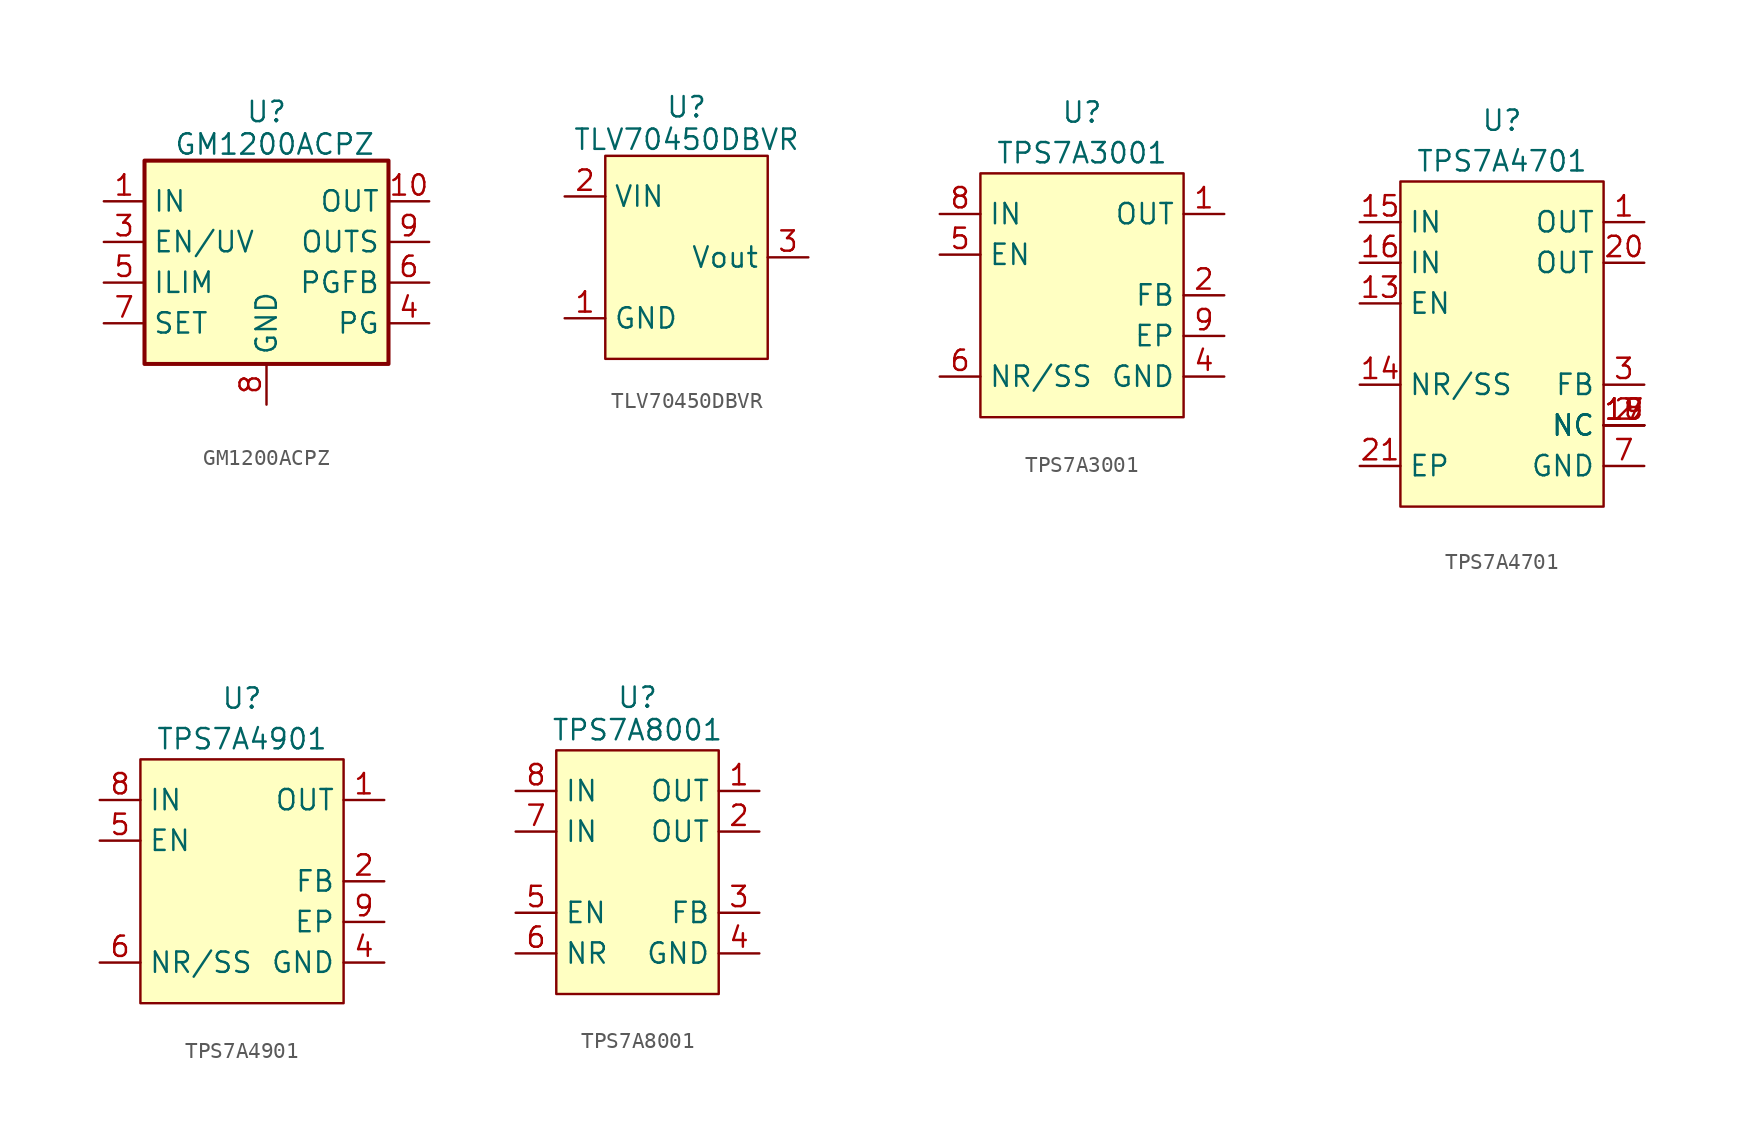
<source format=kicad_sym>
(kicad_symbol_lib
  (version 20241209)
  (generator "kicad_symbol_editor")
  (generator_version "9.0")
  (symbol "GM1200ACPZ"
    (property "Reference" "U"
      (at 0 9.398 0)
      (effects (font (size 1.27 1.27))))
    (property "Value" "GM1200ACPZ"
      (at 0.508 7.366 0)
      (effects (font (size 1.27 1.27))))
    (symbol "GM1200ACPZ_0_1"
      (rectangle (start -7.62 6.35) (end 7.62 -6.35) (stroke (width 0.254) (type default)) (fill (type background))))
    (symbol "GM1200ACPZ_1_1"
      (pin power_in line (at -10.16 3.81 0) (length 2.54) (name "IN" (effects (font (size 1.27 1.27)))) (number "1" (effects (font (size 1.27 1.27)))))
      (pin passive line (at -10.16 3.81 0) (length 2.54) (hide yes) (name "IN" (effects (font (size 1.27 1.27)))) (number "2" (effects (font (size 1.27 1.27)))))
      (pin input line (at -10.16 1.27 0) (length 2.54) (name "EN/UV" (effects (font (size 1.27 1.27)))) (number "3" (effects (font (size 1.27 1.27)))))
      (pin passive line (at -10.16 -1.27 0) (length 2.54) (name "ILIM" (effects (font (size 1.27 1.27)))) (number "5" (effects (font (size 1.27 1.27)))))
      (pin passive line (at -10.16 -3.81 0) (length 2.54) (name "SET" (effects (font (size 1.27 1.27)))) (number "7" (effects (font (size 1.27 1.27)))))
      (pin passive line (at 0 -8.89 90) (length 2.54) (hide yes) (name "GND" (effects (font (size 1.27 1.27)))) (number "11" (effects (font (size 1.27 1.27)))))
      (pin power_in line (at 0 -8.89 90) (length 2.54) (name "GND" (effects (font (size 1.27 1.27)))) (number "8" (effects (font (size 1.27 1.27)))))
      (pin power_out line (at 10.16 3.81 180) (length 2.54) (name "OUT" (effects (font (size 1.27 1.27)))) (number "10" (effects (font (size 1.27 1.27)))))
      (pin input line (at 10.16 1.27 180) (length 2.54) (name "OUTS" (effects (font (size 1.27 1.27)))) (number "9" (effects (font (size 1.27 1.27)))))
      (pin input line (at 10.16 -1.27 180) (length 2.54) (name "PGFB" (effects (font (size 1.27 1.27)))) (number "6" (effects (font (size 1.27 1.27)))))
      (pin open_collector line (at 10.16 -3.81 180) (length 2.54) (name "PG" (effects (font (size 1.27 1.27)))) (number "4" (effects (font (size 1.27 1.27)))))))
  (symbol "TLV70450DBVR"
    (property "Reference" "U"
      (at 0 9.398 0)
      (effects (font (size 1.27 1.27))))
    (property "Value" "TLV70450DBVR"
      (at 0 7.366 0)
      (effects (font (size 1.27 1.27))))
    (symbol "TLV70450DBVR_0_1"
      (rectangle (start -5.08 6.35) (end 5.08 -6.35) (stroke (width 0) (type default)) (fill (type background))))
    (symbol "TLV70450DBVR_1_1"
      (pin bidirectional line (at -7.62 3.81 0) (length 2.54) (name "VIN" (effects (font (size 1.27 1.27)))) (number "2" (effects (font (size 1.27 1.27)))))
      (pin no_connect line (at -7.62 0 0) (length 2.54) (hide yes) (name "NC" (effects (font (size 1.27 1.27)))) (number "4" (effects (font (size 1.27 1.27)))))
      (pin bidirectional line (at -7.62 -3.81 0) (length 2.54) (name "GND" (effects (font (size 1.27 1.27)))) (number "1" (effects (font (size 1.27 1.27)))))
      (pin bidirectional line (at 7.62 0 180) (length 2.54) (name "Vout" (effects (font (size 1.27 1.27)))) (number "3" (effects (font (size 1.27 1.27)))))
      (pin no_connect line (at 7.62 -3.81 180) (length 2.54) (hide yes) (name "NC" (effects (font (size 1.27 1.27)))) (number "5" (effects (font (size 1.27 1.27)))))))
  (symbol "TPS7A3001"
    (property "Reference" "U"
      (at 0 6.35 0)
      (effects (font (size 1.27 1.27))))
    (property "Value" "TPS7A3001"
      (at 0 3.81 0)
      (effects (font (size 1.27 1.27))))
    (symbol "TPS7A3001_1_1"
      (rectangle (start -6.35 2.54) (end 6.35 -12.7) (stroke (width 0) (type default)) (fill (type background)))
      (pin bidirectional line (at -8.89 0 0) (length 2.54) (name "IN" (effects (font (size 1.27 1.27)))) (number "8" (effects (font (size 1.27 1.27)))))
      (pin bidirectional line (at -8.89 -2.54 0) (length 2.54) (name "EN" (effects (font (size 1.27 1.27)))) (number "5" (effects (font (size 1.27 1.27)))))
      (pin no_connect line (at -8.89 -5.08 0) (length 2.54) (hide yes) (name "DNC" (effects (font (size 1.27 1.27)))) (number "7" (effects (font (size 1.27 1.27)))))
      (pin no_connect line (at -8.89 -7.62 0) (length 2.54) (hide yes) (name "NC" (effects (font (size 1.27 1.27)))) (number "3" (effects (font (size 1.27 1.27)))))
      (pin bidirectional line (at -8.89 -10.16 0) (length 2.54) (name "NR/SS" (effects (font (size 1.27 1.27)))) (number "6" (effects (font (size 1.27 1.27)))))
      (pin bidirectional line (at 8.89 0 180) (length 2.54) (name "OUT" (effects (font (size 1.27 1.27)))) (number "1" (effects (font (size 1.27 1.27)))))
      (pin bidirectional line (at 8.89 -5.08 180) (length 2.54) (name "FB" (effects (font (size 1.27 1.27)))) (number "2" (effects (font (size 1.27 1.27)))))
      (pin bidirectional line (at 8.89 -7.62 180) (length 2.54) (name "EP" (effects (font (size 1.27 1.27)))) (number "9" (effects (font (size 1.27 1.27)))))
      (pin bidirectional line (at 8.89 -10.16 180) (length 2.54) (name "GND" (effects (font (size 1.27 1.27)))) (number "4" (effects (font (size 1.27 1.27)))))))
  (symbol "TPS7A4701"
    (property "Reference" "U"
      (at 0 13.97 0)
      (effects (font (size 1.27 1.27))))
    (property "Value" "TPS7A4701"
      (at 0 11.43 0)
      (effects (font (size 1.27 1.27))))
    (symbol "TPS7A4701_1_1"
      (rectangle (start -6.35 10.16) (end 6.35 -10.16) (stroke (width 0) (type default)) (fill (type background)))
      (pin bidirectional line (at -8.89 7.62 0) (length 2.54) (name "IN" (effects (font (size 1.27 1.27)))) (number "15" (effects (font (size 1.27 1.27)))))
      (pin bidirectional line (at -8.89 5.08 0) (length 2.54) (name "IN" (effects (font (size 1.27 1.27)))) (number "16" (effects (font (size 1.27 1.27)))))
      (pin bidirectional line (at -8.89 2.54 0) (length 2.54) (name "EN" (effects (font (size 1.27 1.27)))) (number "13" (effects (font (size 1.27 1.27)))))
      (pin no_connect line (at -8.89 0 0) (length 2.54) (hide yes) (name "NC" (effects (font (size 1.27 1.27)))) (number "10" (effects (font (size 1.27 1.27)))))
      (pin no_connect line (at -8.89 0 0) (length 2.54) (hide yes) (name "NC" (effects (font (size 1.27 1.27)))) (number "11" (effects (font (size 1.27 1.27)))))
      (pin no_connect line (at -8.89 0 0) (length 2.54) (hide yes) (name "NC" (effects (font (size 1.27 1.27)))) (number "12" (effects (font (size 1.27 1.27)))))
      (pin no_connect line (at -8.89 0 0) (length 2.54) (hide yes) (name "NC" (effects (font (size 1.27 1.27)))) (number "4" (effects (font (size 1.27 1.27)))))
      (pin no_connect line (at -8.89 0 0) (length 2.54) (hide yes) (name "NC" (effects (font (size 1.27 1.27)))) (number "5" (effects (font (size 1.27 1.27)))))
      (pin no_connect line (at -8.89 0 0) (length 2.54) (hide yes) (name "NC" (effects (font (size 1.27 1.27)))) (number "6" (effects (font (size 1.27 1.27)))))
      (pin no_connect line (at -8.89 0 0) (length 2.54) (hide yes) (name "NC" (effects (font (size 1.27 1.27)))) (number "8" (effects (font (size 1.27 1.27)))))
      (pin no_connect line (at -8.89 0 0) (length 2.54) (hide yes) (name "NC" (effects (font (size 1.27 1.27)))) (number "9" (effects (font (size 1.27 1.27)))))
      (pin bidirectional line (at -8.89 -2.54 0) (length 2.54) (name "NR/SS" (effects (font (size 1.27 1.27)))) (number "14" (effects (font (size 1.27 1.27)))))
      (pin bidirectional line (at -8.89 -7.62 0) (length 2.54) (name "EP" (effects (font (size 1.27 1.27)))) (number "21" (effects (font (size 1.27 1.27)))))
      (pin output line (at 8.89 7.62 180) (length 2.54) (name "OUT" (effects (font (size 1.27 1.27)))) (number "1" (effects (font (size 1.27 1.27)))))
      (pin output line (at 8.89 5.08 180) (length 2.54) (name "OUT" (effects (font (size 1.27 1.27)))) (number "20" (effects (font (size 1.27 1.27)))))
      (pin bidirectional line (at 8.89 -2.54 180) (length 2.54) (name "FB" (effects (font (size 1.27 1.27)))) (number "3" (effects (font (size 1.27 1.27)))))
      (pin bidirectional line (at 8.89 -5.08 180) (length 2.54) (name "NC" (effects (font (size 1.27 1.27)))) (number "17" (effects (font (size 1.27 1.27)))))
      (pin bidirectional line (at 8.89 -5.08 180) (length 2.54) (name "NC" (effects (font (size 1.27 1.27)))) (number "18" (effects (font (size 1.27 1.27)))))
      (pin bidirectional line (at 8.89 -5.08 180) (length 2.54) (name "NC" (effects (font (size 1.27 1.27)))) (number "19" (effects (font (size 1.27 1.27)))))
      (pin bidirectional line (at 8.89 -5.08 180) (length 2.54) (name "NC" (effects (font (size 1.27 1.27)))) (number "2" (effects (font (size 1.27 1.27)))))
      (pin bidirectional line (at 8.89 -7.62 180) (length 2.54) (name "GND" (effects (font (size 1.27 1.27)))) (number "7" (effects (font (size 1.27 1.27)))))))
  (symbol "TPS7A4901"
    (property "Reference" "U"
      (at 0 11.43 0)
      (effects (font (size 1.27 1.27))))
    (property "Value" "TPS7A4901"
      (at 0 8.89 0)
      (effects (font (size 1.27 1.27))))
    (symbol "TPS7A4901_1_1"
      (rectangle (start -6.35 7.62) (end 6.35 -7.62) (stroke (width 0) (type default)) (fill (type background)))
      (pin bidirectional line (at -8.89 5.08 0) (length 2.54) (name "IN" (effects (font (size 1.27 1.27)))) (number "8" (effects (font (size 1.27 1.27)))))
      (pin bidirectional line (at -8.89 2.54 0) (length 2.54) (name "EN" (effects (font (size 1.27 1.27)))) (number "5" (effects (font (size 1.27 1.27)))))
      (pin no_connect line (at -8.89 0 0) (length 2.54) (hide yes) (name "DNC" (effects (font (size 1.27 1.27)))) (number "7" (effects (font (size 1.27 1.27)))))
      (pin no_connect line (at -8.89 -2.54 0) (length 2.54) (hide yes) (name "NC" (effects (font (size 1.27 1.27)))) (number "3" (effects (font (size 1.27 1.27)))))
      (pin bidirectional line (at -8.89 -5.08 0) (length 2.54) (name "NR/SS" (effects (font (size 1.27 1.27)))) (number "6" (effects (font (size 1.27 1.27)))))
      (pin bidirectional line (at 8.89 5.08 180) (length 2.54) (name "OUT" (effects (font (size 1.27 1.27)))) (number "1" (effects (font (size 1.27 1.27)))))
      (pin bidirectional line (at 8.89 0 180) (length 2.54) (name "FB" (effects (font (size 1.27 1.27)))) (number "2" (effects (font (size 1.27 1.27)))))
      (pin bidirectional line (at 8.89 -2.54 180) (length 2.54) (name "EP" (effects (font (size 1.27 1.27)))) (number "9" (effects (font (size 1.27 1.27)))))
      (pin bidirectional line (at 8.89 -5.08 180) (length 2.54) (name "GND" (effects (font (size 1.27 1.27)))) (number "4" (effects (font (size 1.27 1.27)))))))
  (symbol "TPS7A8001"
    (property "Reference" "U"
      (at 0 10.922 0)
      (effects (font (size 1.27 1.27))))
    (property "Value" "TPS7A8001"
      (at 0 8.89 0)
      (effects (font (size 1.27 1.27))))
    (symbol "TPS7A8001_1_1"
      (rectangle (start -5.08 7.62) (end 5.08 -7.62) (stroke (width 0) (type solid)) (fill (type background)))
      (pin bidirectional line (at -7.62 5.08 0) (length 2.54) (name "IN" (effects (font (size 1.27 1.27)))) (number "8" (effects (font (size 1.27 1.27)))))
      (pin bidirectional line (at -7.62 2.54 0) (length 2.54) (name "IN" (effects (font (size 1.27 1.27)))) (number "7" (effects (font (size 1.27 1.27)))))
      (pin bidirectional line (at -7.62 -2.54 0) (length 2.54) (name "EN" (effects (font (size 1.27 1.27)))) (number "5" (effects (font (size 1.27 1.27)))))
      (pin bidirectional line (at -7.62 -5.08 0) (length 2.54) (name "NR" (effects (font (size 1.27 1.27)))) (number "6" (effects (font (size 1.27 1.27)))))
      (pin bidirectional line (at 7.62 5.08 180) (length 2.54) (name "OUT" (effects (font (size 1.27 1.27)))) (number "1" (effects (font (size 1.27 1.27)))))
      (pin bidirectional line (at 7.62 2.54 180) (length 2.54) (name "OUT" (effects (font (size 1.27 1.27)))) (number "2" (effects (font (size 1.27 1.27)))))
      (pin bidirectional line (at 7.62 -2.54 180) (length 2.54) (name "FB" (effects (font (size 1.27 1.27)))) (number "3" (effects (font (size 1.27 1.27)))))
      (pin bidirectional line (at 7.62 -5.08 180) (length 2.54) (name "GND" (effects (font (size 1.27 1.27)))) (number "4" (effects (font (size 1.27 1.27)))))
      (pin bidirectional line (at 7.62 -5.08 180) (length 2.54) (hide yes) (name "EP" (effects (font (size 1.27 1.27)))) (number "9" (effects (font (size 1.27 1.27))))))))
</source>
